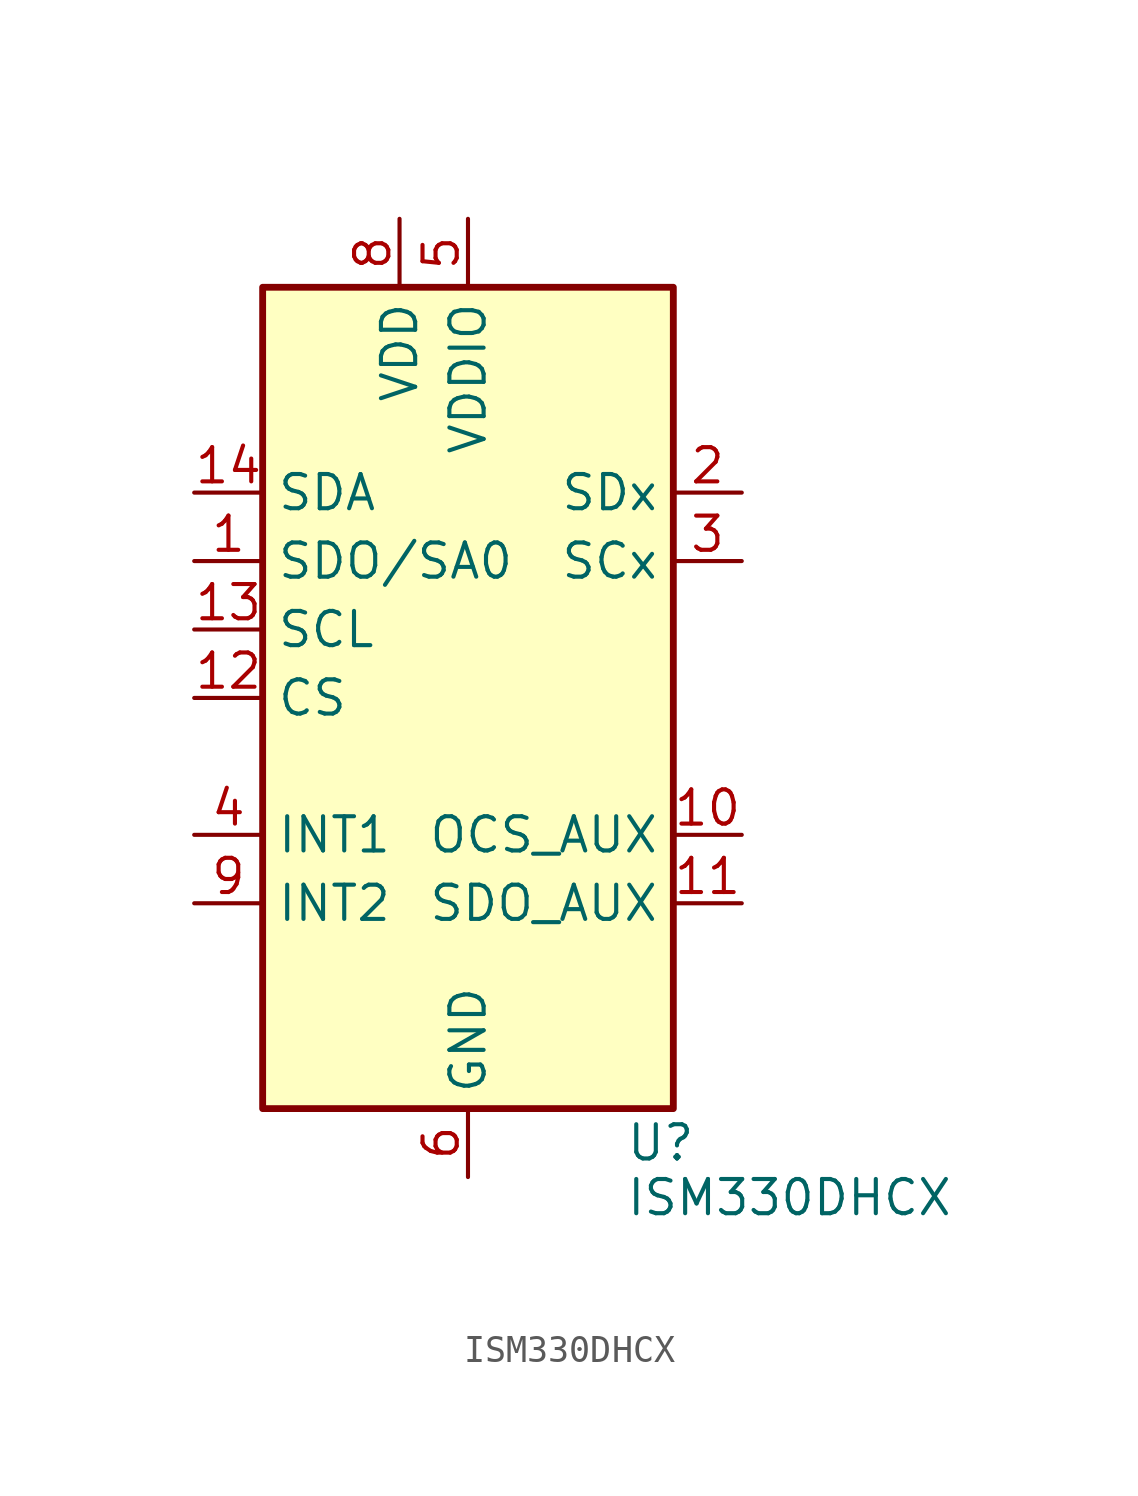
<source format=kicad_sym>
(kicad_symbol_lib
  (version 20231120)
  (generator "kicad_symbol_editor")
  (generator_version "8.0")
  (symbol "ISM330DHCX"
    (property "Reference" "U"
      (at 5.842 -16.51 0)
      (effects (font (size 1.27 1.27)) (justify left)))
    (property "Value" "ISM330DHCX"
      (at 5.842 -18.542 0)
      (effects (font (size 1.27 1.27)) (justify left)))
    (symbol "ISM330DHCX_0_1"
      (rectangle (start -7.62 15.24) (end 7.62 -15.24) (stroke (width 0.254) (type default)) (fill (type background))))
    (symbol "ISM330DHCX_1_1"
      (pin output line (at -10.16 5.08 0) (length 2.54) (name "SDO/SA0" (effects (font (size 1.27 1.27)))) (number "1" (effects (font (size 1.27 1.27)))))
      (pin passive line (at 10.16 -5.08 180) (length 2.54) (name "OCS_AUX" (effects (font (size 1.27 1.27)))) (number "10" (effects (font (size 1.27 1.27)))))
      (pin passive line (at 10.16 -7.62 180) (length 2.54) (name "SDO_AUX" (effects (font (size 1.27 1.27)))) (number "11" (effects (font (size 1.27 1.27)))))
      (pin input line (at -10.16 0 0) (length 2.54) (name "CS" (effects (font (size 1.27 1.27)))) (number "12" (effects (font (size 1.27 1.27)))))
      (pin input line (at -10.16 2.54 0) (length 2.54) (name "SCL" (effects (font (size 1.27 1.27)))) (number "13" (effects (font (size 1.27 1.27)))))
      (pin bidirectional line (at -10.16 7.62 0) (length 2.54) (name "SDA" (effects (font (size 1.27 1.27)))) (number "14" (effects (font (size 1.27 1.27)))))
      (pin bidirectional line (at 10.16 7.62 180) (length 2.54) (name "SDx" (effects (font (size 1.27 1.27)))) (number "2" (effects (font (size 1.27 1.27)))))
      (pin input line (at 10.16 5.08 180) (length 2.54) (name "SCx" (effects (font (size 1.27 1.27)))) (number "3" (effects (font (size 1.27 1.27)))))
      (pin output line (at -10.16 -5.08 0) (length 2.54) (name "INT1" (effects (font (size 1.27 1.27)))) (number "4" (effects (font (size 1.27 1.27)))))
      (pin power_in line (at 0 17.78 270) (length 2.54) (name "VDDIO" (effects (font (size 1.27 1.27)))) (number "5" (effects (font (size 1.27 1.27)))))
      (pin power_in line (at 0 -17.78 90) (length 2.54) (name "GND" (effects (font (size 1.27 1.27)))) (number "6" (effects (font (size 1.27 1.27)))))
      (pin passive line (at 0 -17.78 90) (length 2.54) hide (name "GND" (effects (font (size 1.27 1.27)))) (number "7" (effects (font (size 1.27 1.27)))))
      (pin power_in line (at -2.54 17.78 270) (length 2.54) (name "VDD" (effects (font (size 1.27 1.27)))) (number "8" (effects (font (size 1.27 1.27)))))
      (pin output line (at -10.16 -7.62 0) (length 2.54) (name "INT2" (effects (font (size 1.27 1.27)))) (number "9" (effects (font (size 1.27 1.27))))))))
</source>
